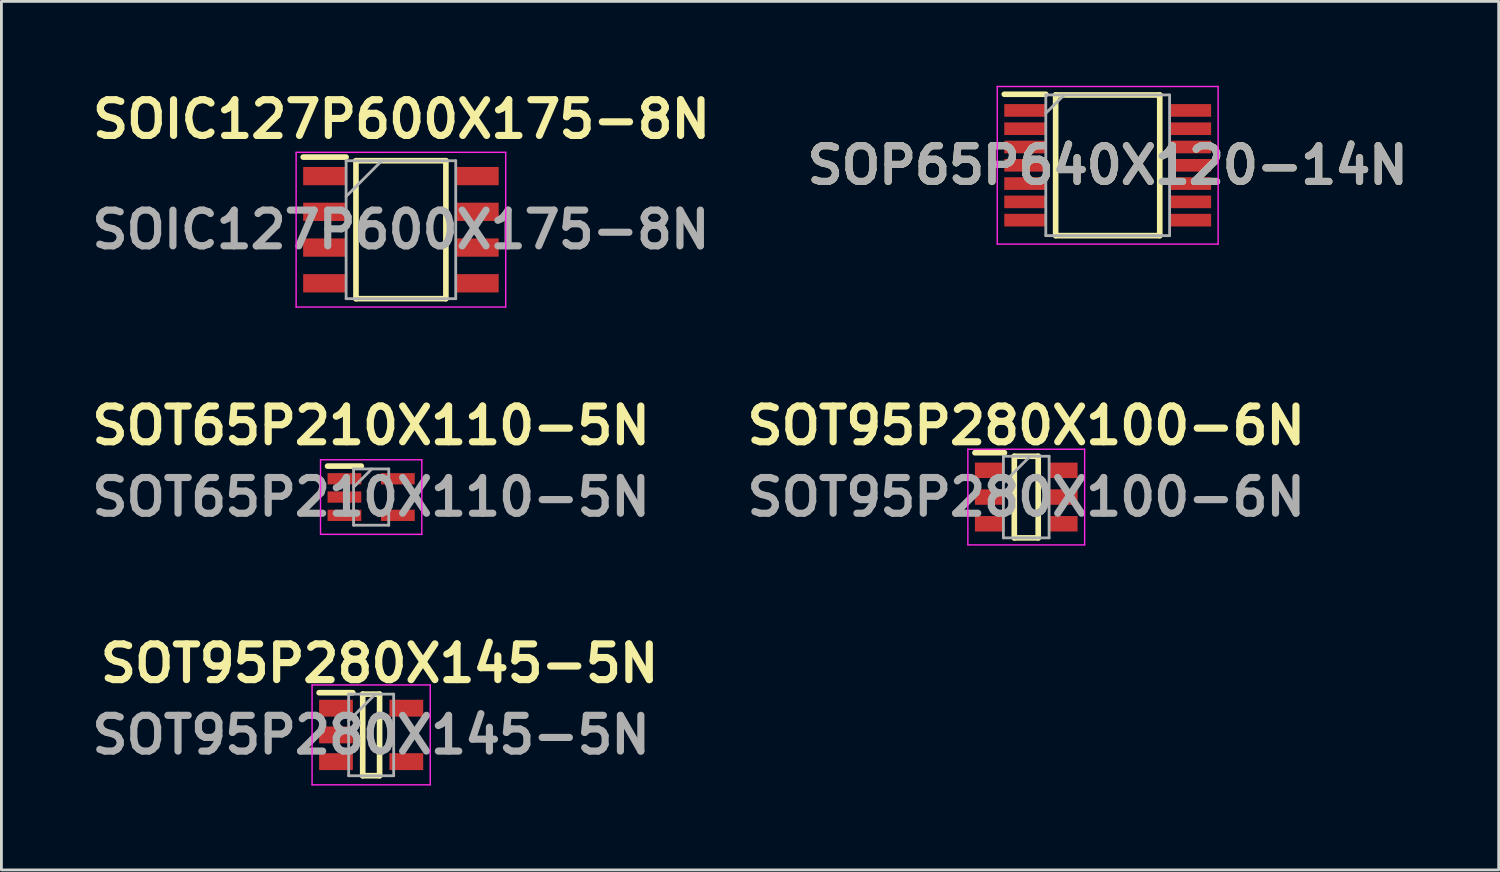
<source format=kicad_pcb>
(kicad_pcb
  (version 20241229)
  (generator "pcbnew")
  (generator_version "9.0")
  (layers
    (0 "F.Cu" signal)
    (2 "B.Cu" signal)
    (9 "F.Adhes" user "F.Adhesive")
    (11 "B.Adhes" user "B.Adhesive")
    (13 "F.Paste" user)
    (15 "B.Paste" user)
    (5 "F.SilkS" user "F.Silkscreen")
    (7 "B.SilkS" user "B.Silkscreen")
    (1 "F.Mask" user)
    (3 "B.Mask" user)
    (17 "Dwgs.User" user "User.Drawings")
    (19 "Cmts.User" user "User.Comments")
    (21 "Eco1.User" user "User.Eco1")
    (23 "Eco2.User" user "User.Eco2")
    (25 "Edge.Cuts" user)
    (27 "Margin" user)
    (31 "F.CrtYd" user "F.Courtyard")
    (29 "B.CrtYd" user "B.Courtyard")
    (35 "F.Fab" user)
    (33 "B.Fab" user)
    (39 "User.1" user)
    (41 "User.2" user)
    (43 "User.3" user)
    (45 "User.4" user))
  (footprint "SOT95P280X145-5N"
    (layer "F.Cu")
    (at 10.142 23.071)
    (property "Reference" "SOT95P280X145-5N" (at 0.3 -2.54 0) (layer "F.SilkS") (effects (font (size 1.27 1.27) (thickness 0.254))))
    (attr smd)
    (fp_line (start -1.85 -1.5) (end -0.65 -1.5) (stroke (width 0.2) (type solid)) (layer "F.SilkS"))
    (fp_line (start -0.3 -1.45) (end 0.3 -1.45) (stroke (width 0.2) (type solid)) (layer "F.SilkS"))
    (fp_line (start -0.3 1.45) (end -0.3 -1.45) (stroke (width 0.2) (type solid)) (layer "F.SilkS"))
    (fp_line (start 0.3 -1.45) (end 0.3 1.45) (stroke (width 0.2) (type solid)) (layer "F.SilkS"))
    (fp_line (start 0.3 1.45) (end -0.3 1.45) (stroke (width 0.2) (type solid)) (layer "F.SilkS"))
    (fp_line (start -2.1 -1.775) (end 2.1 -1.775) (stroke (width 0.05) (type solid)) (layer "F.CrtYd"))
    (fp_line (start -2.1 1.775) (end -2.1 -1.775) (stroke (width 0.05) (type solid)) (layer "F.CrtYd"))
    (fp_line (start 2.1 -1.775) (end 2.1 1.775) (stroke (width 0.05) (type solid)) (layer "F.CrtYd"))
    (fp_line (start 2.1 1.775) (end -2.1 1.775) (stroke (width 0.05) (type solid)) (layer "F.CrtYd"))
    (fp_line (start -0.8 -1.45) (end 0.8 -1.45) (stroke (width 0.1) (type solid)) (layer "F.Fab"))
    (fp_line (start -0.8 -0.5) (end 0.15 -1.45) (stroke (width 0.1) (type solid)) (layer "F.Fab"))
    (fp_line (start -0.8 1.45) (end -0.8 -1.45) (stroke (width 0.1) (type solid)) (layer "F.Fab"))
    (fp_line (start 0.8 -1.45) (end 0.8 1.45) (stroke (width 0.1) (type solid)) (layer "F.Fab"))
    (fp_line (start 0.8 1.45) (end -0.8 1.45) (stroke (width 0.1) (type solid)) (layer "F.Fab"))
    (fp_text user "${REFERENCE}" (at 0 0 0) (layer "F.Fab") (effects (font (size 1.27 1.27) (thickness 0.254))))
    (pad "1" smd rect (at -1.25 -0.95 90) (size 0.6 1.2) (layers "F.Cu" "F.Mask" "F.Paste"))
    (pad "2" smd rect (at -1.25 0 90) (size 0.6 1.2) (layers "F.Cu" "F.Mask" "F.Paste"))
    (pad "3" smd rect (at -1.25 0.95 90) (size 0.6 1.2) (layers "F.Cu" "F.Mask" "F.Paste"))
    (pad "4" smd rect (at 1.25 0.95 90) (size 0.6 1.2) (layers "F.Cu" "F.Mask" "F.Paste"))
    (pad "5" smd rect (at 1.25 -0.95 90) (size 0.6 1.2) (layers "F.Cu" "F.Mask" "F.Paste")))
  (footprint "SOP65P640X120-14N"
    (layer "F.Cu")
    (at 36.321 2.825)
    (property "Reference" "SOP65P640X120-14N" (at 0 0 0) (layer "F.SilkS") (effects (font (size 1.27 1.27) (thickness 0.254))))
    (attr smd)
    (fp_line (start -3.675 -2.525) (end -2.2 -2.525) (stroke (width 0.2) (type solid)) (layer "F.SilkS"))
    (fp_line (start -1.85 -2.5) (end 1.85 -2.5) (stroke (width 0.2) (type solid)) (layer "F.SilkS"))
    (fp_line (start -1.85 2.5) (end -1.85 -2.5) (stroke (width 0.2) (type solid)) (layer "F.SilkS"))
    (fp_line (start 1.85 -2.5) (end 1.85 2.5) (stroke (width 0.2) (type solid)) (layer "F.SilkS"))
    (fp_line (start 1.85 2.5) (end -1.85 2.5) (stroke (width 0.2) (type solid)) (layer "F.SilkS"))
    (fp_line (start -3.925 -2.8) (end 3.925 -2.8) (stroke (width 0.05) (type solid)) (layer "F.CrtYd"))
    (fp_line (start -3.925 2.8) (end -3.925 -2.8) (stroke (width 0.05) (type solid)) (layer "F.CrtYd"))
    (fp_line (start 3.925 -2.8) (end 3.925 2.8) (stroke (width 0.05) (type solid)) (layer "F.CrtYd"))
    (fp_line (start 3.925 2.8) (end -3.925 2.8) (stroke (width 0.05) (type solid)) (layer "F.CrtYd"))
    (fp_line (start -2.2 -2.5) (end 2.2 -2.5) (stroke (width 0.1) (type solid)) (layer "F.Fab"))
    (fp_line (start -2.2 -1.85) (end -1.55 -2.5) (stroke (width 0.1) (type solid)) (layer "F.Fab"))
    (fp_line (start -2.2 2.5) (end -2.2 -2.5) (stroke (width 0.1) (type solid)) (layer "F.Fab"))
    (fp_line (start 2.2 -2.5) (end 2.2 2.5) (stroke (width 0.1) (type solid)) (layer "F.Fab"))
    (fp_line (start 2.2 2.5) (end -2.2 2.5) (stroke (width 0.1) (type solid)) (layer "F.Fab"))
    (fp_text user "${REFERENCE}" (at 0 0 0) (layer "F.Fab") (effects (font (size 1.27 1.27) (thickness 0.254))))
    (pad "1" smd rect (at -2.938 -1.95 90) (size 0.45 1.475) (layers "F.Cu" "F.Mask" "F.Paste"))
    (pad "2" smd rect (at -2.938 -1.3 90) (size 0.45 1.475) (layers "F.Cu" "F.Mask" "F.Paste"))
    (pad "3" smd rect (at -2.938 -0.65 90) (size 0.45 1.475) (layers "F.Cu" "F.Mask" "F.Paste"))
    (pad "4" smd rect (at -2.938 0 90) (size 0.45 1.475) (layers "F.Cu" "F.Mask" "F.Paste"))
    (pad "5" smd rect (at -2.938 0.65 90) (size 0.45 1.475) (layers "F.Cu" "F.Mask" "F.Paste"))
    (pad "6" smd rect (at -2.938 1.3 90) (size 0.45 1.475) (layers "F.Cu" "F.Mask" "F.Paste"))
    (pad "7" smd rect (at -2.938 1.95 90) (size 0.45 1.475) (layers "F.Cu" "F.Mask" "F.Paste"))
    (pad "8" smd rect (at 2.938 1.95 90) (size 0.45 1.475) (layers "F.Cu" "F.Mask" "F.Paste"))
    (pad "9" smd rect (at 2.938 1.3 90) (size 0.45 1.475) (layers "F.Cu" "F.Mask" "F.Paste"))
    (pad "10" smd rect (at 2.938 0.65 90) (size 0.45 1.475) (layers "F.Cu" "F.Mask" "F.Paste"))
    (pad "11" smd rect (at 2.938 0 90) (size 0.45 1.475) (layers "F.Cu" "F.Mask" "F.Paste"))
    (pad "12" smd rect (at 2.938 -0.65 90) (size 0.45 1.475) (layers "F.Cu" "F.Mask" "F.Paste"))
    (pad "13" smd rect (at 2.938 -1.3 90) (size 0.45 1.475) (layers "F.Cu" "F.Mask" "F.Paste"))
    (pad "14" smd rect (at 2.938 -1.95 90) (size 0.45 1.475) (layers "F.Cu" "F.Mask" "F.Paste")))
  (footprint "SOIC127P600X175-8N"
    (layer "F.Cu")
    (at 11.2 5.114)
    (property "Reference" "SOIC127P600X175-8N" (at 0.022 -3.925 0) (layer "F.SilkS") (effects (font (size 1.27 1.27) (thickness 0.254))))
    (attr smd)
    (fp_line (start -3.475 -2.58) (end -1.948 -2.58) (stroke (width 0.2) (type solid)) (layer "F.SilkS"))
    (fp_line (start -1.598 -2.452) (end 1.598 -2.452) (stroke (width 0.2) (type solid)) (layer "F.SilkS"))
    (fp_line (start -1.598 2.452) (end -1.598 -2.452) (stroke (width 0.2) (type solid)) (layer "F.SilkS"))
    (fp_line (start 1.598 -2.452) (end 1.598 2.452) (stroke (width 0.2) (type solid)) (layer "F.SilkS"))
    (fp_line (start 1.598 2.452) (end -1.598 2.452) (stroke (width 0.2) (type solid)) (layer "F.SilkS"))
    (fp_line (start -3.725 -2.75) (end 3.725 -2.75) (stroke (width 0.05) (type solid)) (layer "F.CrtYd"))
    (fp_line (start -3.725 2.75) (end -3.725 -2.75) (stroke (width 0.05) (type solid)) (layer "F.CrtYd"))
    (fp_line (start 3.725 -2.75) (end 3.725 2.75) (stroke (width 0.05) (type solid)) (layer "F.CrtYd"))
    (fp_line (start 3.725 2.75) (end -3.725 2.75) (stroke (width 0.05) (type solid)) (layer "F.CrtYd"))
    (fp_line (start -1.948 -2.452) (end 1.948 -2.452) (stroke (width 0.1) (type solid)) (layer "F.Fab"))
    (fp_line (start -1.948 -1.182) (end -0.678 -2.452) (stroke (width 0.1) (type solid)) (layer "F.Fab"))
    (fp_line (start -1.948 2.452) (end -1.948 -2.452) (stroke (width 0.1) (type solid)) (layer "F.Fab"))
    (fp_line (start 1.948 -2.452) (end 1.948 2.452) (stroke (width 0.1) (type solid)) (layer "F.Fab"))
    (fp_line (start 1.948 2.452) (end -1.948 2.452) (stroke (width 0.1) (type solid)) (layer "F.Fab"))
    (fp_text user "${REFERENCE}" (at 0 0 0) (layer "F.Fab") (effects (font (size 1.27 1.27) (thickness 0.254))))
    (pad "1" smd rect (at -2.711 -1.905 90) (size 0.65 1.528) (layers "F.Cu" "F.Mask" "F.Paste"))
    (pad "2" smd rect (at -2.711 -0.635 90) (size 0.65 1.528) (layers "F.Cu" "F.Mask" "F.Paste"))
    (pad "3" smd rect (at -2.711 0.635 90) (size 0.65 1.528) (layers "F.Cu" "F.Mask" "F.Paste"))
    (pad "4" smd rect (at -2.711 1.905 90) (size 0.65 1.528) (layers "F.Cu" "F.Mask" "F.Paste"))
    (pad "5" smd rect (at 2.711 1.905 90) (size 0.65 1.528) (layers "F.Cu" "F.Mask" "F.Paste"))
    (pad "6" smd rect (at 2.711 0.635 90) (size 0.65 1.528) (layers "F.Cu" "F.Mask" "F.Paste"))
    (pad "7" smd rect (at 2.711 -0.635 90) (size 0.65 1.528) (layers "F.Cu" "F.Mask" "F.Paste"))
    (pad "8" smd rect (at 2.711 -1.905 90) (size 0.65 1.528) (layers "F.Cu" "F.Mask" "F.Paste")))
  (footprint "SOT95P280X100-6N"
    (layer "F.Cu")
    (at 33.426 14.617)
    (property "Reference" "SOT95P280X100-6N" (at 0 -2.54 0) (layer "F.SilkS") (effects (font (size 1.27 1.27) (thickness 0.254))))
    (attr smd)
    (fp_line (start -1.825 -1.575) (end -0.775 -1.575) (stroke (width 0.2) (type solid)) (layer "F.SilkS"))
    (fp_line (start -0.425 -1.45) (end 0.425 -1.45) (stroke (width 0.2) (type solid)) (layer "F.SilkS"))
    (fp_line (start -0.425 1.45) (end -0.425 -1.45) (stroke (width 0.2) (type solid)) (layer "F.SilkS"))
    (fp_line (start 0.425 -1.45) (end 0.425 1.45) (stroke (width 0.2) (type solid)) (layer "F.SilkS"))
    (fp_line (start 0.425 1.45) (end -0.425 1.45) (stroke (width 0.2) (type solid)) (layer "F.SilkS"))
    (fp_line (start -2.075 -1.7) (end 2.075 -1.7) (stroke (width 0.05) (type solid)) (layer "F.CrtYd"))
    (fp_line (start -2.075 1.7) (end -2.075 -1.7) (stroke (width 0.05) (type solid)) (layer "F.CrtYd"))
    (fp_line (start 2.075 -1.7) (end 2.075 1.7) (stroke (width 0.05) (type solid)) (layer "F.CrtYd"))
    (fp_line (start 2.075 1.7) (end -2.075 1.7) (stroke (width 0.05) (type solid)) (layer "F.CrtYd"))
    (fp_line (start -0.812 -1.45) (end 0.812 -1.45) (stroke (width 0.1) (type solid)) (layer "F.Fab"))
    (fp_line (start -0.812 -0.5) (end 0.138 -1.45) (stroke (width 0.1) (type solid)) (layer "F.Fab"))
    (fp_line (start -0.812 1.45) (end -0.812 -1.45) (stroke (width 0.1) (type solid)) (layer "F.Fab"))
    (fp_line (start 0.812 -1.45) (end 0.812 1.45) (stroke (width 0.1) (type solid)) (layer "F.Fab"))
    (fp_line (start 0.812 1.45) (end -0.812 1.45) (stroke (width 0.1) (type solid)) (layer "F.Fab"))
    (fp_text user "${REFERENCE}" (at 0 0 0) (layer "F.Fab") (effects (font (size 1.27 1.27) (thickness 0.254))))
    (pad "1" smd rect (at -1.3 -0.95 90) (size 0.55 1.05) (layers "F.Cu" "F.Mask" "F.Paste"))
    (pad "2" smd rect (at -1.3 0 90) (size 0.55 1.05) (layers "F.Cu" "F.Mask" "F.Paste"))
    (pad "3" smd rect (at -1.3 0.95 90) (size 0.55 1.05) (layers "F.Cu" "F.Mask" "F.Paste"))
    (pad "4" smd rect (at 1.3 0.95 90) (size 0.55 1.05) (layers "F.Cu" "F.Mask" "F.Paste"))
    (pad "5" smd rect (at 1.3 0 90) (size 0.55 1.05) (layers "F.Cu" "F.Mask" "F.Paste"))
    (pad "6" smd rect (at 1.3 -0.95 90) (size 0.55 1.05) (layers "F.Cu" "F.Mask" "F.Paste")))
  (footprint "SOT65P210X110-5N"
    (layer "F.Cu")
    (at 10.142 14.617)
    (property "Reference" "SOT65P210X110-5N" (at 0 -2.54 0) (layer "F.SilkS") (effects (font (size 1.27 1.27) (thickness 0.254))))
    (attr smd)
    (fp_line (start -1.55 -1.1) (end -0.35 -1.1) (stroke (width 0.2) (type solid)) (layer "F.SilkS"))
    (fp_line (start -1.8 -1.325) (end 1.8 -1.325) (stroke (width 0.05) (type solid)) (layer "F.CrtYd"))
    (fp_line (start -1.8 1.325) (end -1.8 -1.325) (stroke (width 0.05) (type solid)) (layer "F.CrtYd"))
    (fp_line (start 1.8 -1.325) (end 1.8 1.325) (stroke (width 0.05) (type solid)) (layer "F.CrtYd"))
    (fp_line (start 1.8 1.325) (end -1.8 1.325) (stroke (width 0.05) (type solid)) (layer "F.CrtYd"))
    (fp_line (start -0.625 -1) (end 0.625 -1) (stroke (width 0.1) (type solid)) (layer "F.Fab"))
    (fp_line (start -0.625 -0.35) (end 0.025 -1) (stroke (width 0.1) (type solid)) (layer "F.Fab"))
    (fp_line (start -0.625 1) (end -0.625 -1) (stroke (width 0.1) (type solid)) (layer "F.Fab"))
    (fp_line (start 0.625 -1) (end 0.625 1) (stroke (width 0.1) (type solid)) (layer "F.Fab"))
    (fp_line (start 0.625 1) (end -0.625 1) (stroke (width 0.1) (type solid)) (layer "F.Fab"))
    (fp_text user "${REFERENCE}" (at 0 0 0) (layer "F.Fab") (effects (font (size 1.27 1.27) (thickness 0.254))))
    (pad "1" smd rect (at -0.95 -0.65 90) (size 0.4 1.2) (layers "F.Cu" "F.Mask" "F.Paste"))
    (pad "2" smd rect (at -0.95 0 90) (size 0.4 1.2) (layers "F.Cu" "F.Mask" "F.Paste"))
    (pad "3" smd rect (at -0.95 0.65 90) (size 0.4 1.2) (layers "F.Cu" "F.Mask" "F.Paste"))
    (pad "4" smd rect (at 0.95 0.65 90) (size 0.4 1.2) (layers "F.Cu" "F.Mask" "F.Paste"))
    (pad "5" smd rect (at 0.95 -0.65 90) (size 0.4 1.2) (layers "F.Cu" "F.Mask" "F.Paste")))
  (gr_rect
    (start -3 -3)
    (end 50.218 27.871)
    (stroke (width 0.1) (type default))
    (fill no)
    (layer "Edge.Cuts")))
</source>
